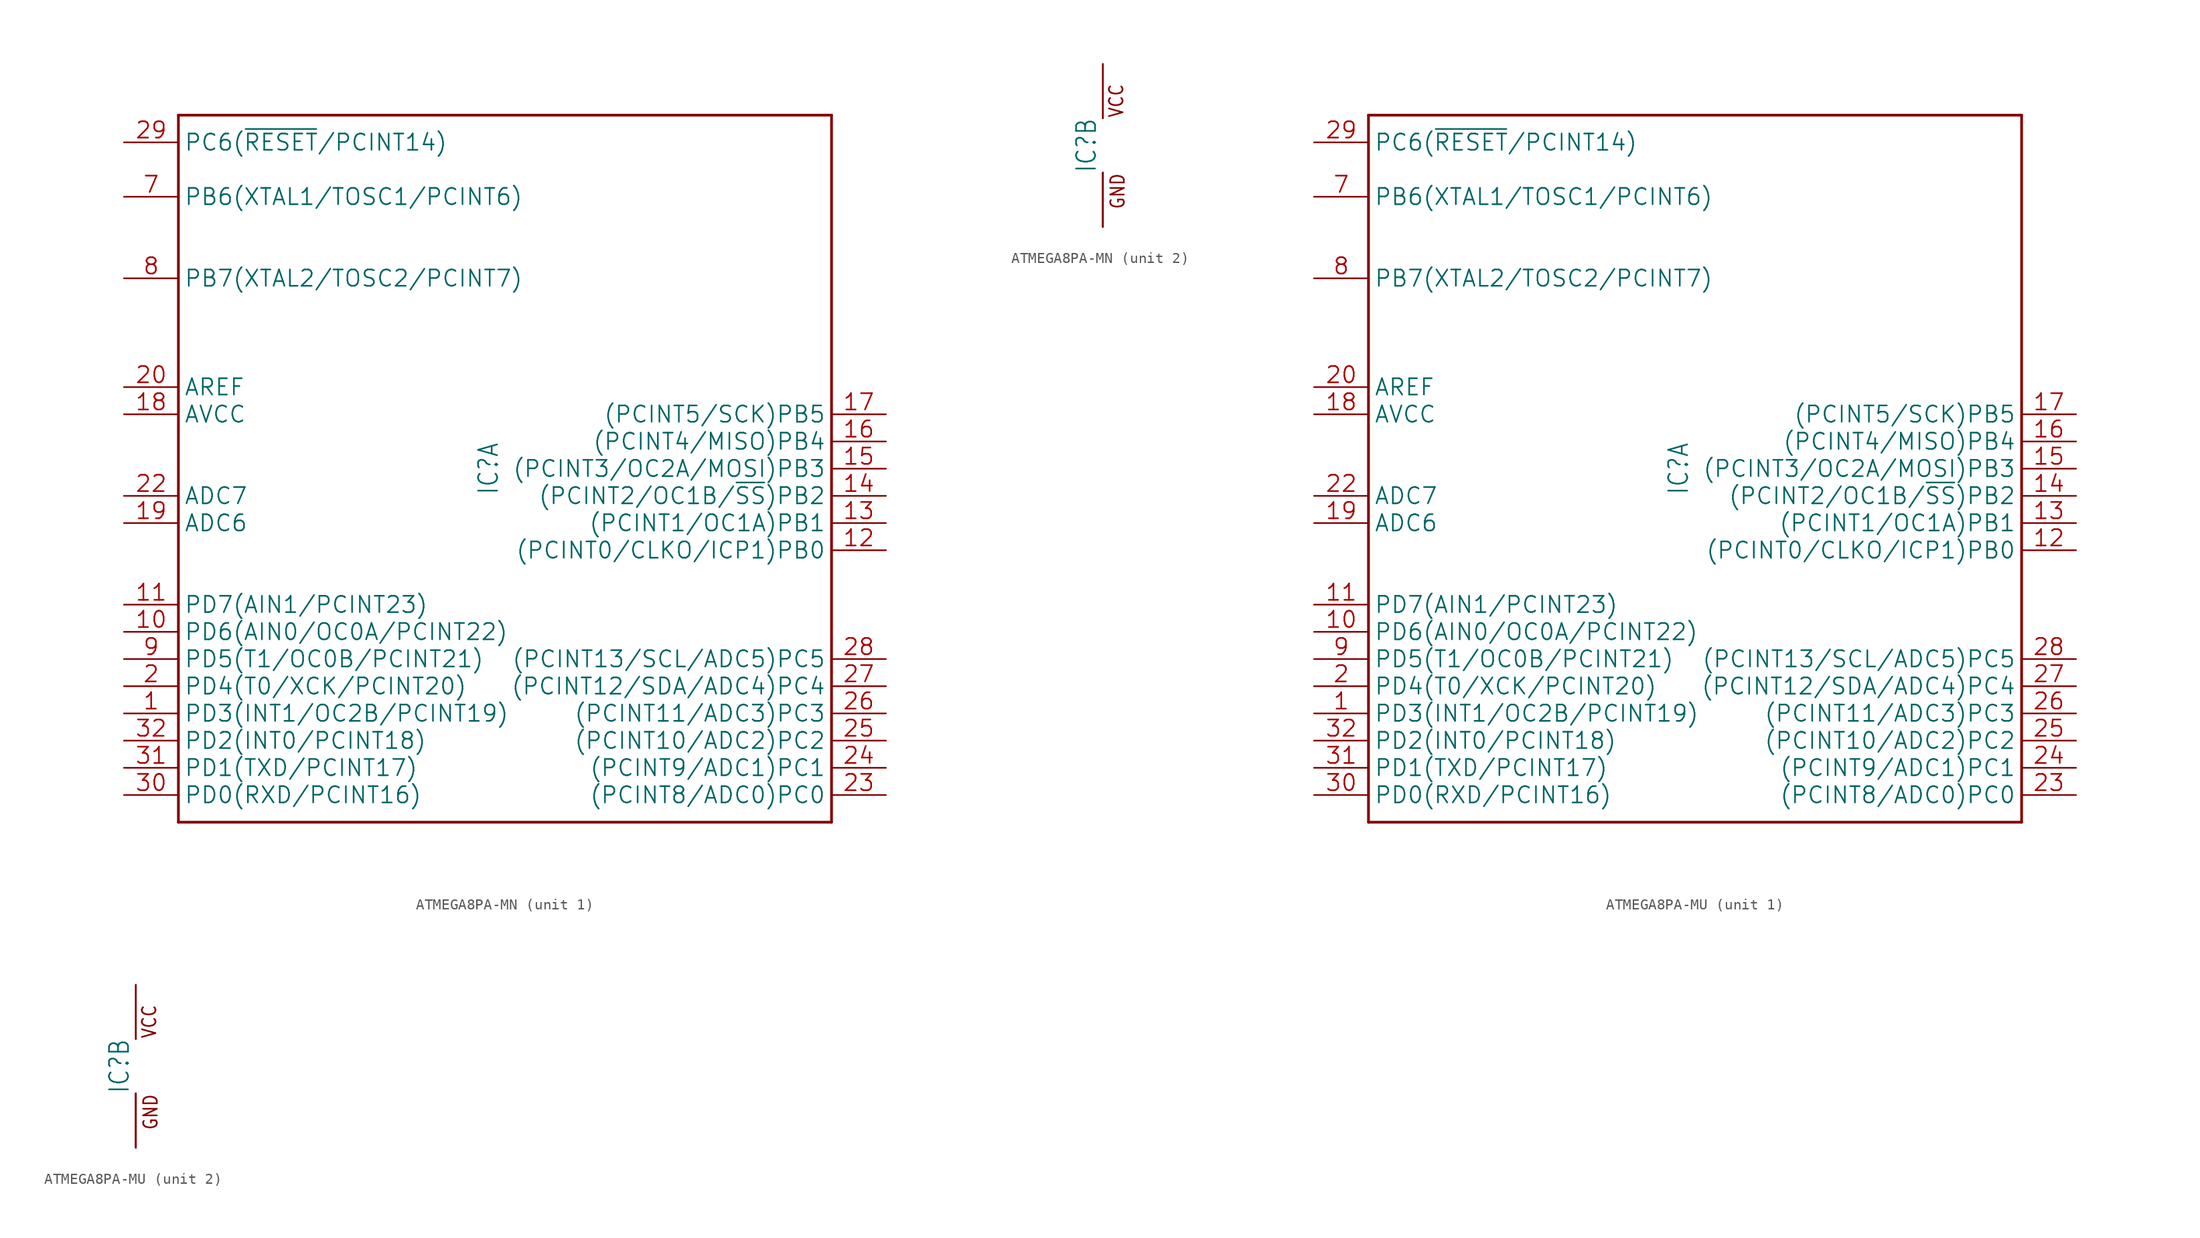
<source format=kicad_sym>
(kicad_symbol_lib
  (version 20241209)
  (generator "kicad_symbol_editor")
  (generator_version "9.0")
  (symbol "ATMEGA8PA-MN"
    (property "Reference" "IC"
      (at -0.508 0 90)
      (effects (font (size 1.778 1.511)) (justify bottom)))
    (property "ki_locked" ""
      (at 0 0 0)
      (effects (font (size 1.27 1.27))))
    (symbol "ATMEGA8PA-MN_1_0"
      (polyline (pts (xy -30.48 33.02) (xy 30.48 33.02)) (stroke (width 0.254) (type solid)) (fill (type none)))
      (polyline (pts (xy -30.48 -33.02) (xy -30.48 33.02)) (stroke (width 0.254) (type solid)) (fill (type none)))
      (polyline (pts (xy 30.48 33.02) (xy 30.48 -33.02)) (stroke (width 0.254) (type solid)) (fill (type none)))
      (polyline (pts (xy 30.48 -33.02) (xy -30.48 -33.02)) (stroke (width 0.254) (type solid)) (fill (type none)))
      (pin bidirectional line (at -35.56 30.48 0) (length 5.08) (name "PC6(~{RESET}/PCINT14)" (effects (font (size 1.524 1.524)))) (number "29" (effects (font (size 1.524 1.524)))))
      (pin bidirectional line (at -35.56 25.4 0) (length 5.08) (name "PB6(XTAL1/TOSC1/PCINT6)" (effects (font (size 1.524 1.524)))) (number "7" (effects (font (size 1.524 1.524)))))
      (pin bidirectional line (at -35.56 17.78 0) (length 5.08) (name "PB7(XTAL2/TOSC2/PCINT7)" (effects (font (size 1.524 1.524)))) (number "8" (effects (font (size 1.524 1.524)))))
      (pin passive line (at -35.56 7.62 0) (length 5.08) (name "AREF" (effects (font (size 1.524 1.524)))) (number "20" (effects (font (size 1.524 1.524)))))
      (pin power_in line (at -35.56 5.08 0) (length 5.08) (name "AVCC" (effects (font (size 1.524 1.524)))) (number "18" (effects (font (size 1.524 1.524)))))
      (pin bidirectional line (at -35.56 -2.54 0) (length 5.08) (name "ADC7" (effects (font (size 1.524 1.524)))) (number "22" (effects (font (size 1.524 1.524)))))
      (pin bidirectional line (at -35.56 -5.08 0) (length 5.08) (name "ADC6" (effects (font (size 1.524 1.524)))) (number "19" (effects (font (size 1.524 1.524)))))
      (pin bidirectional line (at -35.56 -12.7 0) (length 5.08) (name "PD7(AIN1/PCINT23)" (effects (font (size 1.524 1.524)))) (number "11" (effects (font (size 1.524 1.524)))))
      (pin bidirectional line (at -35.56 -15.24 0) (length 5.08) (name "PD6(AIN0/OC0A/PCINT22)" (effects (font (size 1.524 1.524)))) (number "10" (effects (font (size 1.524 1.524)))))
      (pin bidirectional line (at -35.56 -17.78 0) (length 5.08) (name "PD5(T1/OC0B/PCINT21)" (effects (font (size 1.524 1.524)))) (number "9" (effects (font (size 1.524 1.524)))))
      (pin bidirectional line (at -35.56 -20.32 0) (length 5.08) (name "PD4(T0/XCK/PCINT20)" (effects (font (size 1.524 1.524)))) (number "2" (effects (font (size 1.524 1.524)))))
      (pin bidirectional line (at -35.56 -22.86 0) (length 5.08) (name "PD3(INT1/OC2B/PCINT19)" (effects (font (size 1.524 1.524)))) (number "1" (effects (font (size 1.524 1.524)))))
      (pin bidirectional line (at -35.56 -25.4 0) (length 5.08) (name "PD2(INT0/PCINT18)" (effects (font (size 1.524 1.524)))) (number "32" (effects (font (size 1.524 1.524)))))
      (pin bidirectional line (at -35.56 -27.94 0) (length 5.08) (name "PD1(TXD/PCINT17)" (effects (font (size 1.524 1.524)))) (number "31" (effects (font (size 1.524 1.524)))))
      (pin bidirectional line (at -35.56 -30.48 0) (length 5.08) (name "PD0(RXD/PCINT16)" (effects (font (size 1.524 1.524)))) (number "30" (effects (font (size 1.524 1.524)))))
      (pin bidirectional line (at 35.56 5.08 180) (length 5.08) (name "(PCINT5/SCK)PB5" (effects (font (size 1.524 1.524)))) (number "17" (effects (font (size 1.524 1.524)))))
      (pin bidirectional line (at 35.56 2.54 180) (length 5.08) (name "(PCINT4/MISO)PB4" (effects (font (size 1.524 1.524)))) (number "16" (effects (font (size 1.524 1.524)))))
      (pin bidirectional line (at 35.56 0 180) (length 5.08) (name "(PCINT3/OC2A/MOSI)PB3" (effects (font (size 1.524 1.524)))) (number "15" (effects (font (size 1.524 1.524)))))
      (pin bidirectional line (at 35.56 -2.54 180) (length 5.08) (name "(PCINT2/OC1B/~{SS})PB2" (effects (font (size 1.524 1.524)))) (number "14" (effects (font (size 1.524 1.524)))))
      (pin bidirectional line (at 35.56 -5.08 180) (length 5.08) (name "(PCINT1/OC1A)PB1" (effects (font (size 1.524 1.524)))) (number "13" (effects (font (size 1.524 1.524)))))
      (pin bidirectional line (at 35.56 -7.62 180) (length 5.08) (name "(PCINT0/CLKO/ICP1)PB0" (effects (font (size 1.524 1.524)))) (number "12" (effects (font (size 1.524 1.524)))))
      (pin bidirectional line (at 35.56 -17.78 180) (length 5.08) (name "(PCINT13/SCL/ADC5)PC5" (effects (font (size 1.524 1.524)))) (number "28" (effects (font (size 1.524 1.524)))))
      (pin bidirectional line (at 35.56 -20.32 180) (length 5.08) (name "(PCINT12/SDA/ADC4)PC4" (effects (font (size 1.524 1.524)))) (number "27" (effects (font (size 1.524 1.524)))))
      (pin bidirectional line (at 35.56 -22.86 180) (length 5.08) (name "(PCINT11/ADC3)PC3" (effects (font (size 1.524 1.524)))) (number "26" (effects (font (size 1.524 1.524)))))
      (pin bidirectional line (at 35.56 -25.4 180) (length 5.08) (name "(PCINT10/ADC2)PC2" (effects (font (size 1.524 1.524)))) (number "25" (effects (font (size 1.524 1.524)))))
      (pin bidirectional line (at 35.56 -27.94 180) (length 5.08) (name "(PCINT9/ADC1)PC1" (effects (font (size 1.524 1.524)))) (number "24" (effects (font (size 1.524 1.524)))))
      (pin bidirectional line (at 35.56 -30.48 180) (length 5.08) (name "(PCINT8/ADC0)PC0" (effects (font (size 1.524 1.524)))) (number "23" (effects (font (size 1.524 1.524))))))
    (symbol "ATMEGA8PA-MN_2_0"
      (text "VCC" (at 0.508 2.54 900) (effects (font (size 1.27 1.079)) (justify left top)))
      (text "GND" (at 0.635 -2.54 900) (effects (font (size 1.27 1.079)) (justify right top)))
      (pin power_in line (at 0 7.62 270) (length 5.08) (name "VCC" (effects (font (size 0 0)))) (number "4" (effects (font (size 0 0)))))
      (pin power_in line (at 0 7.62 270) (length 5.08) (name "VCC" (effects (font (size 0 0)))) (number "6" (effects (font (size 0 0)))))
      (pin power_in line (at 0 -7.62 90) (length 5.08) (name "GND" (effects (font (size 0 0)))) (number "21" (effects (font (size 0 0)))))
      (pin power_in line (at 0 -7.62 90) (length 5.08) (name "GND" (effects (font (size 0 0)))) (number "3" (effects (font (size 0 0)))))
      (pin power_in line (at 0 -7.62 90) (length 5.08) (name "GND" (effects (font (size 0 0)))) (number "5" (effects (font (size 0 0)))))
      (pin power_in line (at 0 -7.62 90) (length 5.08) (name "GND" (effects (font (size 0 0)))) (number "EXP" (effects (font (size 0 0)))))))
  (symbol "ATMEGA8PA-MU"
    (property "Reference" "IC"
      (at -0.508 0 90)
      (effects (font (size 1.778 1.511)) (justify bottom)))
    (property "ki_locked" ""
      (at 0 0 0)
      (effects (font (size 1.27 1.27))))
    (symbol "ATMEGA8PA-MU_1_0"
      (polyline (pts (xy -30.48 33.02) (xy 30.48 33.02)) (stroke (width 0.254) (type solid)) (fill (type none)))
      (polyline (pts (xy -30.48 -33.02) (xy -30.48 33.02)) (stroke (width 0.254) (type solid)) (fill (type none)))
      (polyline (pts (xy 30.48 33.02) (xy 30.48 -33.02)) (stroke (width 0.254) (type solid)) (fill (type none)))
      (polyline (pts (xy 30.48 -33.02) (xy -30.48 -33.02)) (stroke (width 0.254) (type solid)) (fill (type none)))
      (pin bidirectional line (at -35.56 30.48 0) (length 5.08) (name "PC6(~{RESET}/PCINT14)" (effects (font (size 1.524 1.524)))) (number "29" (effects (font (size 1.524 1.524)))))
      (pin bidirectional line (at -35.56 25.4 0) (length 5.08) (name "PB6(XTAL1/TOSC1/PCINT6)" (effects (font (size 1.524 1.524)))) (number "7" (effects (font (size 1.524 1.524)))))
      (pin bidirectional line (at -35.56 17.78 0) (length 5.08) (name "PB7(XTAL2/TOSC2/PCINT7)" (effects (font (size 1.524 1.524)))) (number "8" (effects (font (size 1.524 1.524)))))
      (pin passive line (at -35.56 7.62 0) (length 5.08) (name "AREF" (effects (font (size 1.524 1.524)))) (number "20" (effects (font (size 1.524 1.524)))))
      (pin power_in line (at -35.56 5.08 0) (length 5.08) (name "AVCC" (effects (font (size 1.524 1.524)))) (number "18" (effects (font (size 1.524 1.524)))))
      (pin bidirectional line (at -35.56 -2.54 0) (length 5.08) (name "ADC7" (effects (font (size 1.524 1.524)))) (number "22" (effects (font (size 1.524 1.524)))))
      (pin bidirectional line (at -35.56 -5.08 0) (length 5.08) (name "ADC6" (effects (font (size 1.524 1.524)))) (number "19" (effects (font (size 1.524 1.524)))))
      (pin bidirectional line (at -35.56 -12.7 0) (length 5.08) (name "PD7(AIN1/PCINT23)" (effects (font (size 1.524 1.524)))) (number "11" (effects (font (size 1.524 1.524)))))
      (pin bidirectional line (at -35.56 -15.24 0) (length 5.08) (name "PD6(AIN0/OC0A/PCINT22)" (effects (font (size 1.524 1.524)))) (number "10" (effects (font (size 1.524 1.524)))))
      (pin bidirectional line (at -35.56 -17.78 0) (length 5.08) (name "PD5(T1/OC0B/PCINT21)" (effects (font (size 1.524 1.524)))) (number "9" (effects (font (size 1.524 1.524)))))
      (pin bidirectional line (at -35.56 -20.32 0) (length 5.08) (name "PD4(T0/XCK/PCINT20)" (effects (font (size 1.524 1.524)))) (number "2" (effects (font (size 1.524 1.524)))))
      (pin bidirectional line (at -35.56 -22.86 0) (length 5.08) (name "PD3(INT1/OC2B/PCINT19)" (effects (font (size 1.524 1.524)))) (number "1" (effects (font (size 1.524 1.524)))))
      (pin bidirectional line (at -35.56 -25.4 0) (length 5.08) (name "PD2(INT0/PCINT18)" (effects (font (size 1.524 1.524)))) (number "32" (effects (font (size 1.524 1.524)))))
      (pin bidirectional line (at -35.56 -27.94 0) (length 5.08) (name "PD1(TXD/PCINT17)" (effects (font (size 1.524 1.524)))) (number "31" (effects (font (size 1.524 1.524)))))
      (pin bidirectional line (at -35.56 -30.48 0) (length 5.08) (name "PD0(RXD/PCINT16)" (effects (font (size 1.524 1.524)))) (number "30" (effects (font (size 1.524 1.524)))))
      (pin bidirectional line (at 35.56 5.08 180) (length 5.08) (name "(PCINT5/SCK)PB5" (effects (font (size 1.524 1.524)))) (number "17" (effects (font (size 1.524 1.524)))))
      (pin bidirectional line (at 35.56 2.54 180) (length 5.08) (name "(PCINT4/MISO)PB4" (effects (font (size 1.524 1.524)))) (number "16" (effects (font (size 1.524 1.524)))))
      (pin bidirectional line (at 35.56 0 180) (length 5.08) (name "(PCINT3/OC2A/MOSI)PB3" (effects (font (size 1.524 1.524)))) (number "15" (effects (font (size 1.524 1.524)))))
      (pin bidirectional line (at 35.56 -2.54 180) (length 5.08) (name "(PCINT2/OC1B/~{SS})PB2" (effects (font (size 1.524 1.524)))) (number "14" (effects (font (size 1.524 1.524)))))
      (pin bidirectional line (at 35.56 -5.08 180) (length 5.08) (name "(PCINT1/OC1A)PB1" (effects (font (size 1.524 1.524)))) (number "13" (effects (font (size 1.524 1.524)))))
      (pin bidirectional line (at 35.56 -7.62 180) (length 5.08) (name "(PCINT0/CLKO/ICP1)PB0" (effects (font (size 1.524 1.524)))) (number "12" (effects (font (size 1.524 1.524)))))
      (pin bidirectional line (at 35.56 -17.78 180) (length 5.08) (name "(PCINT13/SCL/ADC5)PC5" (effects (font (size 1.524 1.524)))) (number "28" (effects (font (size 1.524 1.524)))))
      (pin bidirectional line (at 35.56 -20.32 180) (length 5.08) (name "(PCINT12/SDA/ADC4)PC4" (effects (font (size 1.524 1.524)))) (number "27" (effects (font (size 1.524 1.524)))))
      (pin bidirectional line (at 35.56 -22.86 180) (length 5.08) (name "(PCINT11/ADC3)PC3" (effects (font (size 1.524 1.524)))) (number "26" (effects (font (size 1.524 1.524)))))
      (pin bidirectional line (at 35.56 -25.4 180) (length 5.08) (name "(PCINT10/ADC2)PC2" (effects (font (size 1.524 1.524)))) (number "25" (effects (font (size 1.524 1.524)))))
      (pin bidirectional line (at 35.56 -27.94 180) (length 5.08) (name "(PCINT9/ADC1)PC1" (effects (font (size 1.524 1.524)))) (number "24" (effects (font (size 1.524 1.524)))))
      (pin bidirectional line (at 35.56 -30.48 180) (length 5.08) (name "(PCINT8/ADC0)PC0" (effects (font (size 1.524 1.524)))) (number "23" (effects (font (size 1.524 1.524))))))
    (symbol "ATMEGA8PA-MU_2_0"
      (text "VCC" (at 0.508 2.54 900) (effects (font (size 1.27 1.079)) (justify left top)))
      (text "GND" (at 0.635 -2.54 900) (effects (font (size 1.27 1.079)) (justify right top)))
      (pin power_in line (at 0 7.62 270) (length 5.08) (name "VCC" (effects (font (size 0 0)))) (number "4" (effects (font (size 0 0)))))
      (pin power_in line (at 0 7.62 270) (length 5.08) (name "VCC" (effects (font (size 0 0)))) (number "6" (effects (font (size 0 0)))))
      (pin power_in line (at 0 -7.62 90) (length 5.08) (name "GND" (effects (font (size 0 0)))) (number "21" (effects (font (size 0 0)))))
      (pin power_in line (at 0 -7.62 90) (length 5.08) (name "GND" (effects (font (size 0 0)))) (number "3" (effects (font (size 0 0)))))
      (pin power_in line (at 0 -7.62 90) (length 5.08) (name "GND" (effects (font (size 0 0)))) (number "5" (effects (font (size 0 0)))))
      (pin power_in line (at 0 -7.62 90) (length 5.08) (name "GND" (effects (font (size 0 0)))) (number "EXP" (effects (font (size 0 0))))))))
</source>
